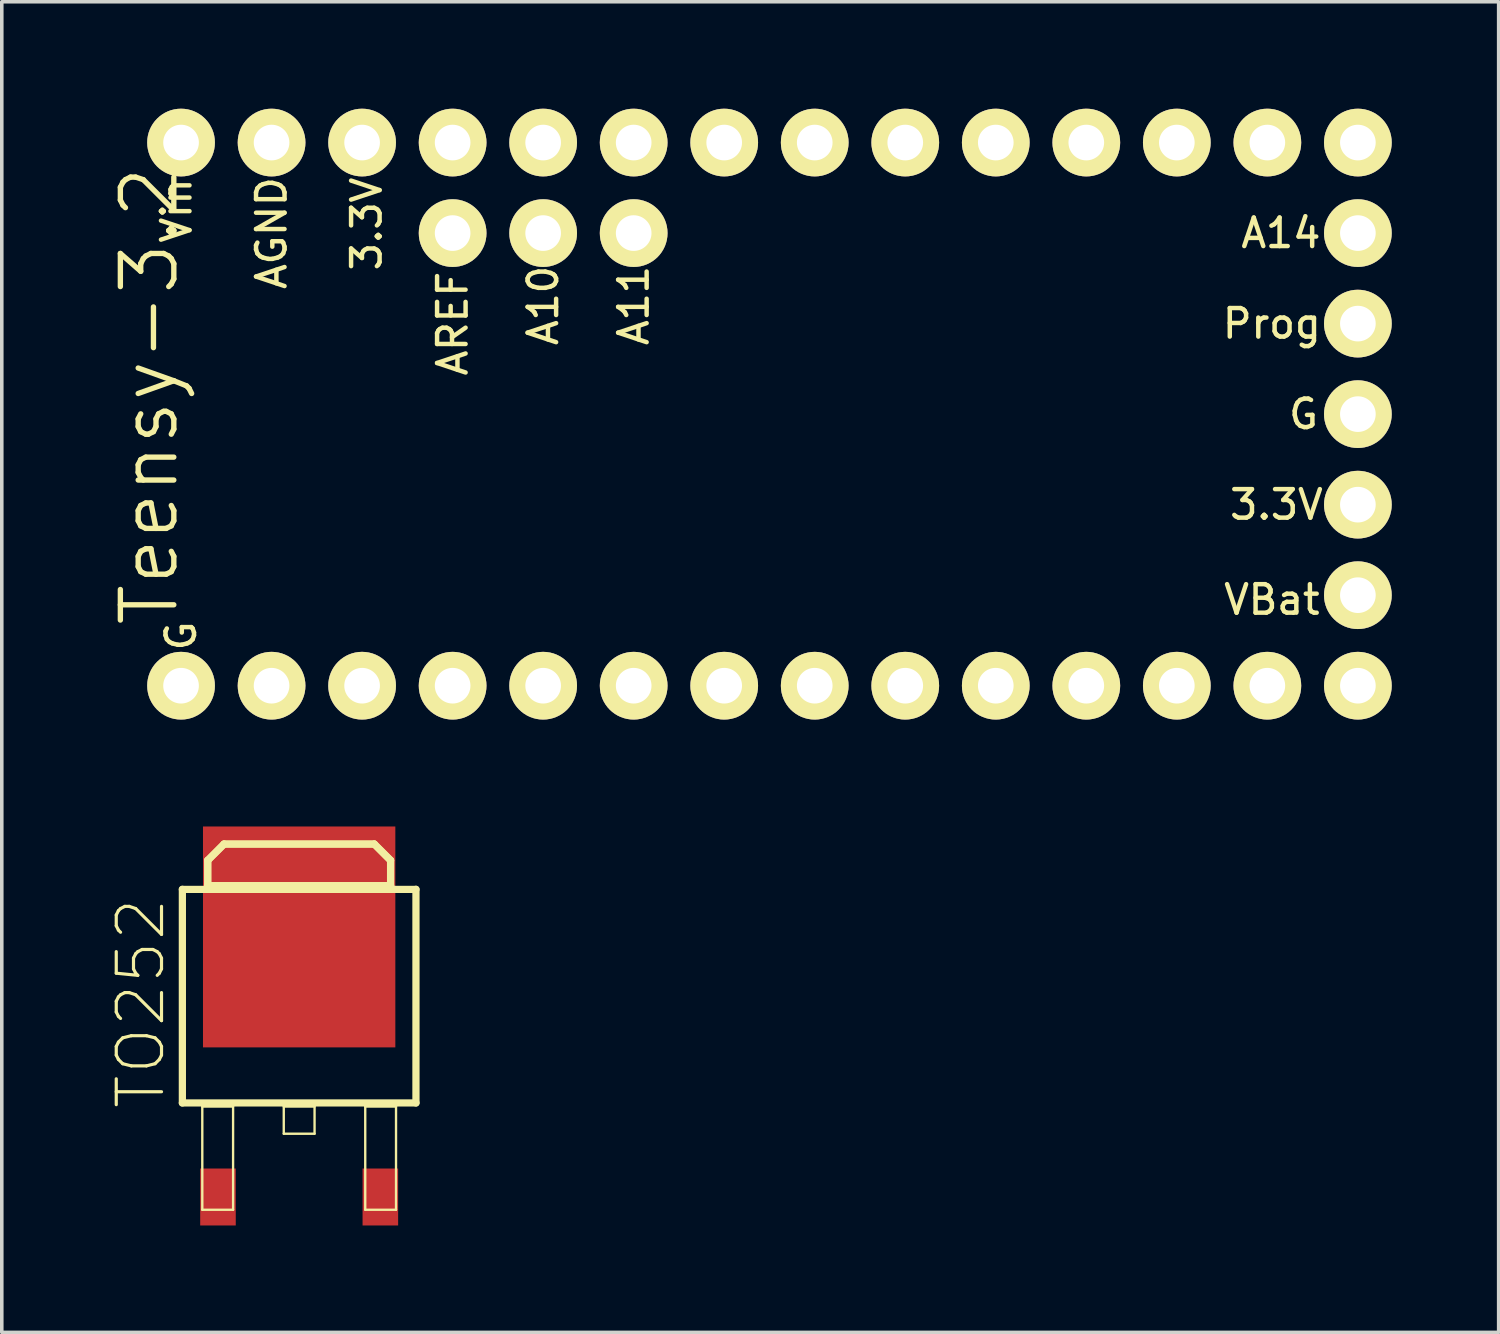
<source format=kicad_pcb>
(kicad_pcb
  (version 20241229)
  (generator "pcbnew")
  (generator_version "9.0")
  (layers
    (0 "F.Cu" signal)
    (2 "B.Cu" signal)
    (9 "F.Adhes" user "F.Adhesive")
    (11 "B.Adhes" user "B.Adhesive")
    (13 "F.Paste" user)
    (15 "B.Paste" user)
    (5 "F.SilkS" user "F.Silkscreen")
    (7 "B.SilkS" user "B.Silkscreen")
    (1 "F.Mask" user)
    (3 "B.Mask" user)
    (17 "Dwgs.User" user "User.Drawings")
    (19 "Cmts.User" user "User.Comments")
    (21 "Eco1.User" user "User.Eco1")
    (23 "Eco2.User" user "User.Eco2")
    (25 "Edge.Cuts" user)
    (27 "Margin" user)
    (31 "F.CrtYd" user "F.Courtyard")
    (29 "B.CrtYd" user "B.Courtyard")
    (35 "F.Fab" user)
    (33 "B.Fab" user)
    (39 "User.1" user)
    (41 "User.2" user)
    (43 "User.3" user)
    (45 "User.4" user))
  (footprint "Teensy-3.2"
    (layer "F.Cu")
    (at 18.286 8.57)
    (property "Reference" "Teensy-3.2" (at -17.145 -0.508 90) (layer "F.SilkS") (effects (font (size 1.5 1.5) (thickness 0.15))))
    (attr through_hole)
    (fp_text user "AGND" (at -13.716 -5.08 270) (layer "F.SilkS") (effects (font (size 0.8 0.8) (thickness 0.125))))
    (fp_text user "3.3V" (at 14.478 2.54 0) (layer "F.SilkS") (effects (font (size 0.8 0.8) (thickness 0.125))))
    (fp_text user "A10" (at -6.096 -3.048 270) (layer "F.SilkS") (effects (font (size 0.8 0.8) (thickness 0.125))))
    (fp_text user "Vin" (at -16.383 -5.715 270) (layer "F.SilkS") (effects (font (size 0.8 0.8) (thickness 0.125))))
    (fp_text user "3.3V" (at -11.049 -5.334 90) (layer "F.SilkS") (effects (font (size 0.8 0.8) (thickness 0.125))))
    (fp_text user "G" (at -16.256 6.223 90) (layer "F.SilkS") (effects (font (size 0.8 0.8) (thickness 0.125))))
    (fp_text user "AREF" (at -8.636 -2.54 270) (layer "F.SilkS") (effects (font (size 0.8 0.8) (thickness 0.125))))
    (fp_text user "A14" (at 14.605 -5.08 0) (layer "F.SilkS") (effects (font (size 0.8 0.8) (thickness 0.125))))
    (fp_text user "A11" (at -3.556 -3.048 270) (layer "F.SilkS") (effects (font (size 0.8 0.8) (thickness 0.125))))
    (fp_text user "VBat" (at 14.351 5.207 0) (layer "F.SilkS") (effects (font (size 0.8 0.8) (thickness 0.125))))
    (fp_text user "G" (at 15.24 0 0) (layer "F.SilkS") (effects (font (size 0.8 0.8) (thickness 0.125))))
    (fp_text user "Prog" (at 14.351 -2.54 0) (layer "F.SilkS") (effects (font (size 0.8 0.8) (thickness 0.125))))
    (pad "0" thru_hole circle (at -13.716 7.62) (size 1.9 1.9) (drill 1) (layers "*.Cu" "*.Mask" "F.SilkS"))
    (pad "1" thru_hole circle (at -11.176 7.62) (size 1.9 1.9) (drill 1) (layers "*.Cu" "*.Mask" "F.SilkS"))
    (pad "2" thru_hole circle (at -8.636 7.62) (size 1.9 1.9) (drill 1) (layers "*.Cu" "*.Mask" "F.SilkS"))
    (pad "3" thru_hole circle (at -6.096 7.62) (size 1.9 1.9) (drill 1) (layers "*.Cu" "*.Mask" "F.SilkS"))
    (pad "4" thru_hole circle (at -3.556 7.62) (size 1.9 1.9) (drill 1) (layers "*.Cu" "*.Mask" "F.SilkS"))
    (pad "5" thru_hole circle (at -1.016 7.62) (size 1.9 1.9) (drill 1) (layers "*.Cu" "*.Mask" "F.SilkS"))
    (pad "6" thru_hole circle (at 1.524 7.62) (size 1.9 1.9) (drill 1) (layers "*.Cu" "*.Mask" "F.SilkS"))
    (pad "7" thru_hole circle (at 4.064 7.62) (size 1.9 1.9) (drill 1) (layers "*.Cu" "*.Mask" "F.SilkS"))
    (pad "8" thru_hole circle (at 6.604 7.62) (size 1.9 1.9) (drill 1) (layers "*.Cu" "*.Mask" "F.SilkS"))
    (pad "9" thru_hole circle (at 9.144 7.62) (size 1.9 1.9) (drill 1) (layers "*.Cu" "*.Mask" "F.SilkS"))
    (pad "10" thru_hole circle (at 11.684 7.62) (size 1.9 1.9) (drill 1) (layers "*.Cu" "*.Mask" "F.SilkS"))
    (pad "11" thru_hole circle (at 14.224 7.62) (size 1.9 1.9) (drill 1) (layers "*.Cu" "*.Mask" "F.SilkS"))
    (pad "12" thru_hole circle (at 16.764 7.62) (size 1.9 1.9) (drill 1) (layers "*.Cu" "*.Mask" "F.SilkS"))
    (pad "13" thru_hole circle (at 16.764 -7.62) (size 1.9 1.9) (drill 1) (layers "*.Cu" "*.Mask" "F.SilkS"))
    (pad "14" thru_hole circle (at 14.224 -7.62) (size 1.9 1.9) (drill 1) (layers "*.Cu" "*.Mask" "F.SilkS"))
    (pad "15" thru_hole circle (at 11.684 -7.62) (size 1.9 1.9) (drill 1) (layers "*.Cu" "*.Mask" "F.SilkS"))
    (pad "16" thru_hole circle (at 9.144 -7.62) (size 1.9 1.9) (drill 1) (layers "*.Cu" "*.Mask" "F.SilkS"))
    (pad "17" thru_hole circle (at 6.604 -7.62) (size 1.9 1.9) (drill 1) (layers "*.Cu" "*.Mask" "F.SilkS"))
    (pad "18" thru_hole circle (at 4.064 -7.62) (size 1.9 1.9) (drill 1) (layers "*.Cu" "*.Mask" "F.SilkS"))
    (pad "19" thru_hole circle (at 1.524 -7.62) (size 1.9 1.9) (drill 1) (layers "*.Cu" "*.Mask" "F.SilkS"))
    (pad "20" thru_hole circle (at -1.016 -7.62) (size 1.9 1.9) (drill 1) (layers "*.Cu" "*.Mask" "F.SilkS"))
    (pad "21" thru_hole circle (at -3.556 -7.62) (size 1.9 1.9) (drill 1) (layers "*.Cu" "*.Mask" "F.SilkS"))
    (pad "22" thru_hole circle (at -6.096 -7.62) (size 1.9 1.9) (drill 1) (layers "*.Cu" "*.Mask" "F.SilkS"))
    (pad "23" thru_hole circle (at -8.636 -7.62) (size 1.9 1.9) (drill 1) (layers "*.Cu" "*.Mask" "F.SilkS"))
    (pad "24" thru_hole circle (at -11.176 -7.62) (size 1.9 1.9) (drill 1) (layers "*.Cu" "*.Mask" "F.SilkS"))
    (pad "25" thru_hole circle (at -13.716 -7.62) (size 1.9 1.9) (drill 1) (layers "*.Cu" "*.Mask" "F.SilkS"))
    (pad "26" thru_hole circle (at -16.256 -7.62) (size 1.9 1.9) (drill 1) (layers "*.Cu" "*.Mask" "F.SilkS"))
    (pad "27" thru_hole circle (at -16.256 7.62) (size 1.9 1.9) (drill 1) (layers "*.Cu" "*.Mask" "F.SilkS"))
    (pad "28" thru_hole circle (at 16.764 -5.08) (size 1.9 1.9) (drill 1) (layers "*.Cu" "*.Mask" "F.SilkS"))
    (pad "29" thru_hole circle (at 16.764 -2.54) (size 1.9 1.9) (drill 1) (layers "*.Cu" "*.Mask" "F.SilkS"))
    (pad "30" thru_hole circle (at 16.764 0) (size 1.9 1.9) (drill 1) (layers "*.Cu" "*.Mask" "F.SilkS"))
    (pad "31" thru_hole circle (at 16.764 2.54) (size 1.9 1.9) (drill 1) (layers "*.Cu" "*.Mask" "F.SilkS"))
    (pad "32" thru_hole circle (at 16.764 5.08) (size 1.9 1.9) (drill 1) (layers "*.Cu" "*.Mask" "F.SilkS"))
    (pad "33" thru_hole circle (at -3.556 -5.08) (size 1.9 1.9) (drill 1) (layers "*.Cu" "*.Mask" "F.SilkS"))
    (pad "34" thru_hole circle (at -6.096 -5.08) (size 1.9 1.9) (drill 1) (layers "*.Cu" "*.Mask" "F.SilkS"))
    (pad "35" thru_hole circle (at -8.636 -5.08) (size 1.9 1.9) (drill 1) (layers "*.Cu" "*.Mask" "F.SilkS")))
  (footprint "TO252"
    (layer "F.Cu")
    (at 5.344 25.738)
    (property "Reference" "TO252" (at -4.445 -0.635 90) (layer "F.SilkS") (effects (font (size 1.27 1.27) (thickness 0.089))))
    (attr smd)
    (fp_line (start -3.277 -3.833) (end 3.277 -3.833) (stroke (width 0.203) (type solid)) (layer "F.SilkS"))
    (fp_line (start -3.277 2.159) (end -3.277 -3.835) (stroke (width 0.203) (type solid)) (layer "F.SilkS"))
    (fp_line (start -2.718 2.261) (end -1.854 2.261) (stroke (width 0.066) (type solid)) (layer "F.SilkS"))
    (fp_line (start -2.718 5.156) (end -2.718 2.261) (stroke (width 0.066) (type solid)) (layer "F.SilkS"))
    (fp_line (start -2.718 5.156) (end -1.854 5.156) (stroke (width 0.066) (type solid)) (layer "F.SilkS"))
    (fp_line (start -2.565 -4.648) (end -2.108 -5.105) (stroke (width 0.198) (type solid)) (layer "F.SilkS"))
    (fp_line (start -2.565 -4.648) (end -2.108 -5.105) (stroke (width 0.203) (type solid)) (layer "F.SilkS"))
    (fp_line (start -2.565 -3.937) (end -2.565 -4.648) (stroke (width 0.198) (type solid)) (layer "F.SilkS"))
    (fp_line (start -2.565 -3.937) (end -2.565 -4.648) (stroke (width 0.203) (type solid)) (layer "F.SilkS"))
    (fp_line (start -2.108 -5.105) (end 2.108 -5.105) (stroke (width 0.198) (type solid)) (layer "F.SilkS"))
    (fp_line (start -2.108 -5.105) (end 2.108 -5.105) (stroke (width 0.203) (type solid)) (layer "F.SilkS"))
    (fp_line (start -1.854 5.156) (end -1.854 2.261) (stroke (width 0.066) (type solid)) (layer "F.SilkS"))
    (fp_line (start -0.432 2.261) (end 0.432 2.261) (stroke (width 0.066) (type solid)) (layer "F.SilkS"))
    (fp_line (start -0.432 3.023) (end -0.432 2.261) (stroke (width 0.066) (type solid)) (layer "F.SilkS"))
    (fp_line (start -0.432 3.023) (end 0.432 3.023) (stroke (width 0.066) (type solid)) (layer "F.SilkS"))
    (fp_line (start 0.432 3.023) (end 0.432 2.261) (stroke (width 0.066) (type solid)) (layer "F.SilkS"))
    (fp_line (start 1.854 2.261) (end 2.718 2.261) (stroke (width 0.066) (type solid)) (layer "F.SilkS"))
    (fp_line (start 1.854 5.156) (end 1.854 2.261) (stroke (width 0.066) (type solid)) (layer "F.SilkS"))
    (fp_line (start 1.854 5.156) (end 2.718 5.156) (stroke (width 0.066) (type solid)) (layer "F.SilkS"))
    (fp_line (start 2.108 -5.105) (end 2.565 -4.648) (stroke (width 0.198) (type solid)) (layer "F.SilkS"))
    (fp_line (start 2.108 -5.105) (end 2.565 -4.648) (stroke (width 0.203) (type solid)) (layer "F.SilkS"))
    (fp_line (start 2.565 -4.648) (end 2.565 -3.937) (stroke (width 0.198) (type solid)) (layer "F.SilkS"))
    (fp_line (start 2.565 -4.648) (end 2.565 -3.937) (stroke (width 0.203) (type solid)) (layer "F.SilkS"))
    (fp_line (start 2.565 -3.937) (end -2.565 -3.937) (stroke (width 0.198) (type solid)) (layer "F.SilkS"))
    (fp_line (start 2.565 -3.937) (end -2.565 -3.937) (stroke (width 0.203) (type solid)) (layer "F.SilkS"))
    (fp_line (start 2.718 5.156) (end 2.718 2.261) (stroke (width 0.066) (type solid)) (layer "F.SilkS"))
    (fp_line (start 3.277 -3.835) (end 3.277 2.159) (stroke (width 0.203) (type solid)) (layer "F.SilkS"))
    (fp_line (start 3.277 2.159) (end -3.277 2.159) (stroke (width 0.203) (type solid)) (layer "F.SilkS"))
    (pad "1" smd rect (at -2.278 4.798) (size 0.998 1.598) (layers "F.Cu" "F.Mask" "F.Paste"))
    (pad "2" smd rect (at 2.278 4.798) (size 0.998 1.598) (layers "F.Cu" "F.Mask" "F.Paste"))
    (pad "3" smd rect (at 0 -2.499) (size 5.397 6.198) (layers "F.Cu" "F.Mask" "F.Paste")))
  (gr_rect
    (start -3 -3)
    (end 39 34.335)
    (stroke (width 0.1) (type default))
    (fill no)
    (layer "Edge.Cuts")))
</source>
